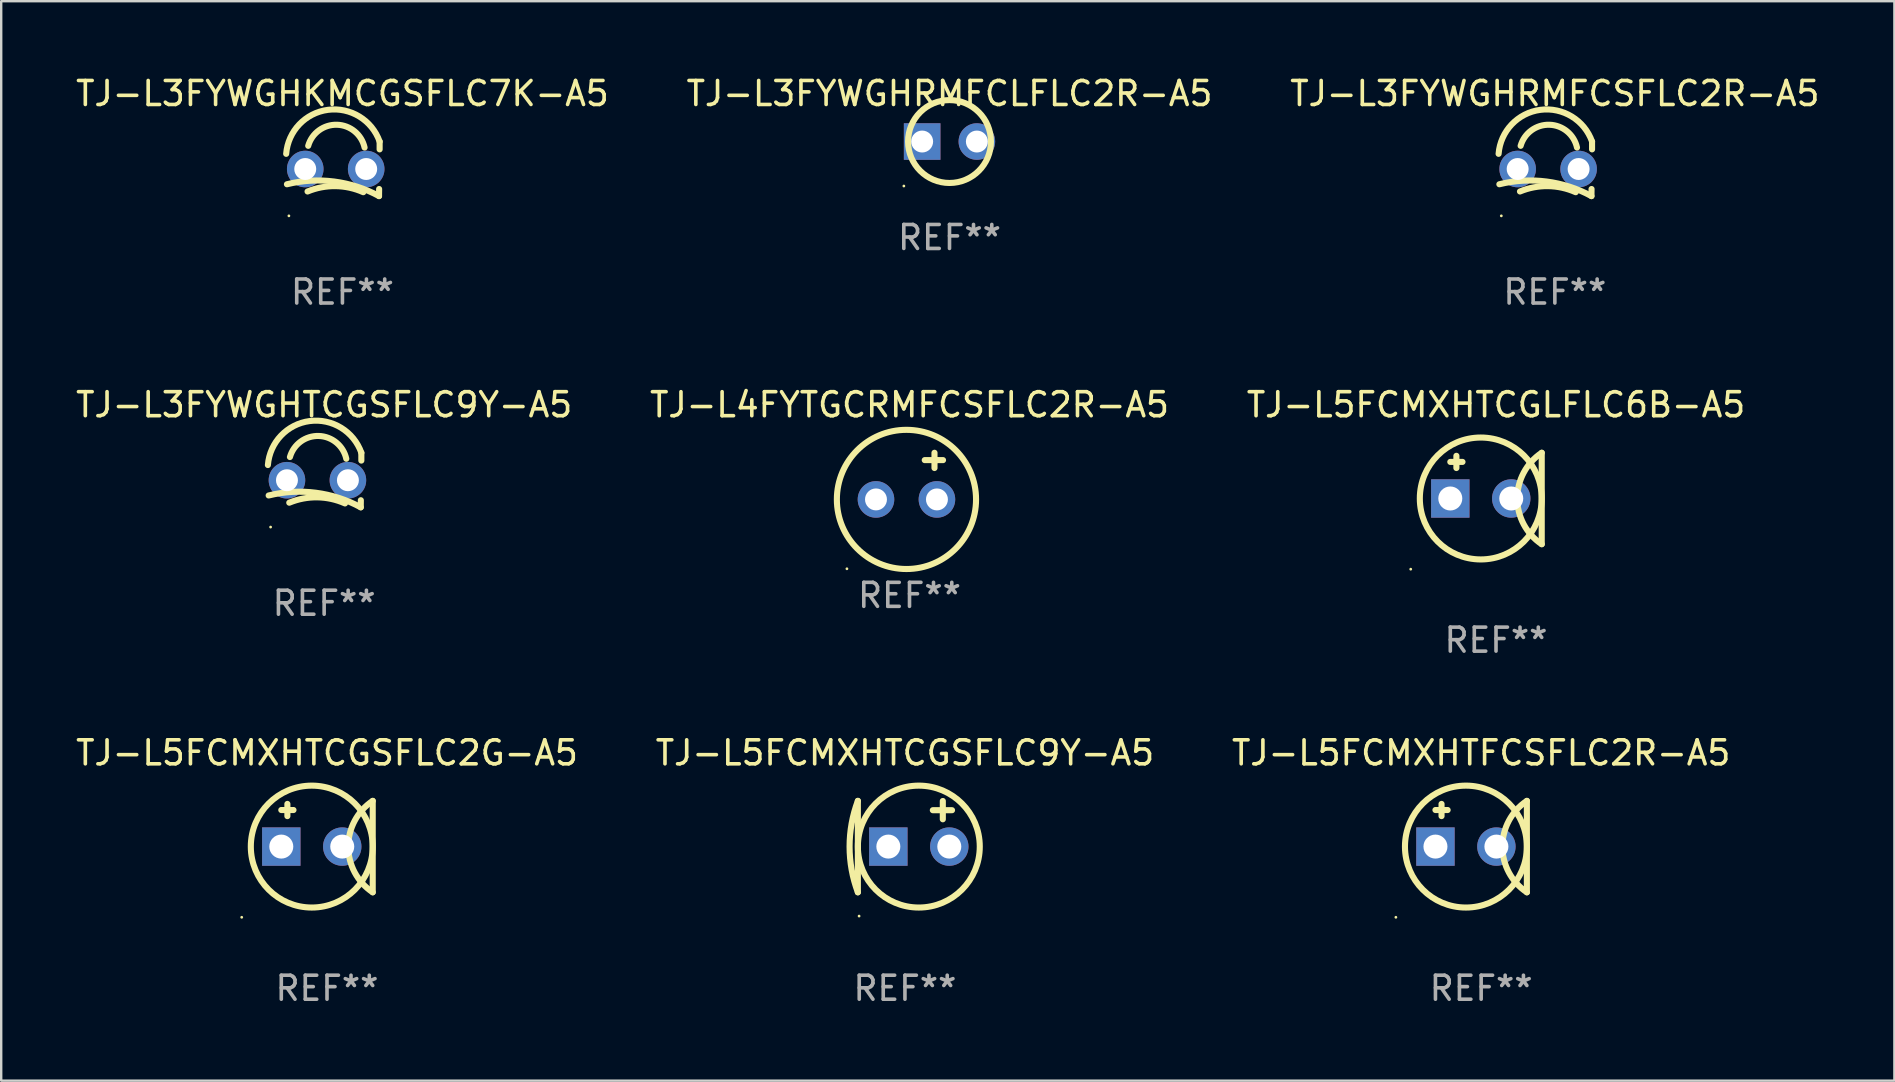
<source format=kicad_pcb>
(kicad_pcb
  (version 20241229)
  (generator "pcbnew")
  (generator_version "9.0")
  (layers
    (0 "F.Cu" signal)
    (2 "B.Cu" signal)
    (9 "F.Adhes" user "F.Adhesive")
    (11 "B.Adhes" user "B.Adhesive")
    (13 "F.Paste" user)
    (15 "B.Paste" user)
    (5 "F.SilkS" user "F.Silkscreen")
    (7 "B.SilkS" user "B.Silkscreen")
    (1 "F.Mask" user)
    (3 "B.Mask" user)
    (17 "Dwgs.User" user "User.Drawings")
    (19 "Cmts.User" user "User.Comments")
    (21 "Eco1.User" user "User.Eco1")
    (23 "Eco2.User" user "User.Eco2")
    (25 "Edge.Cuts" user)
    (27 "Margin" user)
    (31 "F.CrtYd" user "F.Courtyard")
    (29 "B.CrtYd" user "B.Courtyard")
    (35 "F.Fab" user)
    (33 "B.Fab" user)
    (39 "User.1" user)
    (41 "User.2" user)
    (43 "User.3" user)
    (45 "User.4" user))
  (footprint "TJ-L5FCMXHTFCSFLC2R-A5"
    (layer "F.Cu")
    (at 58.673 32.229)
    (property "Reference" "TJ-L5FCMXHTFCSFLC2R-A5" (at 0 -3.905 0) (layer "F.SilkS") (effects (font (size 1 1) (thickness 0.15))))
    (attr through_hole)
    (fp_line (start -1.905 -1.524) (end -1.397 -1.524) (stroke (width 0.254) (type solid)) (layer "F.SilkS"))
    (fp_line (start -1.651 -1.778) (end -1.651 -1.27) (stroke (width 0.254) (type solid)) (layer "F.SilkS"))
    (fp_line (start 1.905 1.905) (end 1.905 -1.905) (stroke (width 0.254) (type solid)) (layer "F.SilkS"))
    (fp_arc (start 1.904999 1.905) (mid 0.885477 0) (end 1.904999 -1.905) (stroke (width 0.254001) (type solid)) (layer "F.SilkS"))
    (fp_circle (center -3.554 2.946) (end -3.524 2.946) (stroke (width 0.06) (type solid)) (fill no) (layer "F.SilkS"))
    (fp_circle (center -0.635 0) (end 1.905 0) (stroke (width 0.254) (type solid)) (fill no) (layer "F.SilkS"))
    (fp_text user "REF**" (at 0 5.905 0) (layer "F.Fab") (effects (font (size 1 1) (thickness 0.15))))
    (pad "1" thru_hole rect (at -1.905 0) (size 1.6 1.6) (drill 1) (layers "*.Cu" "*.Mask"))
    (pad "2" thru_hole circle (at 0.635 0) (size 1.6 1.6) (drill 1) (layers "*.Cu" "*.Mask")))
  (footprint "TJ-L5FCMXHTCGSFLC9Y-A5"
    (layer "F.Cu")
    (at 34.661 32.229)
    (property "Reference" "TJ-L5FCMXHTCGSFLC9Y-A5" (at 0 -3.905 0) (layer "F.SilkS") (effects (font (size 1 1) (thickness 0.15))))
    (attr through_hole)
    (fp_line (start -1.962 -1.905) (end -1.962 1.905) (stroke (width 0.254) (type solid)) (layer "F.SilkS"))
    (fp_line (start 1.578 -1.138) (end 1.578 -1.9) (stroke (width 0.254) (type solid)) (layer "F.SilkS"))
    (fp_line (start 1.962 -1.516) (end 1.162 -1.516) (stroke (width 0.254) (type solid)) (layer "F.SilkS"))
    (fp_arc (start -1.961996 1.905) (mid -2.307438 0) (end -1.961996 -1.905) (stroke (width 0.254001) (type solid)) (layer "F.SilkS"))
    (fp_circle (center -1.911 2.896) (end -1.881 2.896) (stroke (width 0.06) (type solid)) (fill no) (layer "F.SilkS"))
    (fp_circle (center 0.578 0) (end 3.118 0) (stroke (width 0.254) (type solid)) (fill no) (layer "F.SilkS"))
    (fp_text user "REF**" (at 0 5.905 0) (layer "F.Fab") (effects (font (size 1 1) (thickness 0.15))))
    (pad "1" thru_hole rect (at -0.692 0 180) (size 1.6 1.6) (drill 1) (layers "*.Cu" "*.Mask"))
    (pad "2" thru_hole circle (at 1.848 0) (size 1.6 1.6) (drill 1) (layers "*.Cu" "*.Mask")))
  (footprint "TJ-L4FYTGCRMFCSFLC2R-A5"
    (layer "F.Cu")
    (at 34.851 16.79)
    (property "Reference" "TJ-L4FYTGCRMFCSFLC2R-A5" (at 0 -2.972 0) (layer "F.SilkS") (effects (font (size 1 1) (thickness 0.15))))
    (attr through_hole)
    (fp_line (start 0.635 -0.666) (end 1.143 -0.666) (stroke (width 0.254) (type solid)) (layer "F.SilkS"))
    (fp_line (start 1.041 -0.972) (end 1.041 -0.337) (stroke (width 0.254) (type solid)) (layer "F.SilkS"))
    (fp_line (start 1.143 -0.666) (end 1.397 -0.666) (stroke (width 0.254) (type solid)) (layer "F.SilkS"))
    (fp_circle (center -2.608 3.862) (end -2.578 3.862) (stroke (width 0.06) (type solid)) (fill no) (layer "F.SilkS"))
    (fp_circle (center -0.127 0.972) (end 2.773 0.972) (stroke (width 0.254) (type solid)) (fill no) (layer "F.SilkS"))
    (fp_text user "REF**" (at 0 4.972 0) (layer "F.Fab") (effects (font (size 1 1) (thickness 0.15))))
    (pad "1" thru_hole circle (at -1.397 0.972) (size 1.524 1.524) (drill 0.914) (layers "*.Cu" "*.Mask"))
    (pad "2" thru_hole circle (at 1.143 0.972) (size 1.524 1.524) (drill 0.914) (layers "*.Cu" "*.Mask")))
  (footprint "TJ-L3FYWGHRMFCLFLC2R-A5"
    (layer "F.Cu")
    (at 36.518 2.848)
    (property "Reference" "TJ-L3FYWGHRMFCLFLC2R-A5" (at 0 -2 0) (layer "F.SilkS") (effects (font (size 1 1) (thickness 0.15))))
    (attr through_hole)
    (fp_circle (center -1.902 1.854) (end -1.872 1.854) (stroke (width 0.06) (type solid)) (fill no) (layer "F.SilkS"))
    (fp_circle (center 0 0) (end 1.727 0) (stroke (width 0.254) (type solid)) (fill no) (layer "F.SilkS"))
    (fp_text user "REF**" (at 0 4 0) (layer "F.Fab") (effects (font (size 1 1) (thickness 0.15))))
    (pad "1" thru_hole rect (at -1.14 0) (size 1.524 1.524) (drill 0.914) (layers "*.Cu" "*.Mask"))
    (pad "2" thru_hole circle (at 1.14 0) (size 1.524 1.524) (drill 0.914) (layers "*.Cu" "*.Mask")))
  (footprint "TJ-L3FYWGHKMCGSFLC7K-A5"
    (layer "F.Cu")
    (at 11.22 3.985)
    (property "Reference" "TJ-L3FYWGHKMCGSFLC7K-A5" (at 0 -3.137 0) (layer "F.SilkS") (effects (font (size 1 1) (thickness 0.15))))
    (attr through_hole)
    (fp_line (start 1.529 0.842) (end 1.525 1.137) (stroke (width 0.254) (type solid)) (layer "F.SilkS"))
    (fp_line (start 1.55 -1.137) (end 1.55 -0.811) (stroke (width 0.254) (type solid)) (layer "F.SilkS"))
    (fp_arc (start -2.344336 -0.624664) (mid -0.604362 -2.457931) (end 1.550229 -1.136525) (stroke (width 0.254001) (type solid)) (layer "F.SilkS"))
    (fp_arc (start -2.31223 0.643358) (mid -0.347208 0.529557) (end 1.525184 1.136526) (stroke (width 0.254001) (type solid)) (layer "F.SilkS"))
    (fp_arc (start -1.45348 0.944425) (mid -0.289454 0.72139) (end 0.868415 0.974448) (stroke (width 0.254001) (type solid)) (layer "F.SilkS"))
    (fp_arc (start -1.426174 -0.958548) (mid -0.223791 -1.836179) (end 0.922695 -0.88669) (stroke (width 0.254001) (type solid)) (layer "F.SilkS"))
    (fp_circle (center -2.231 1.96) (end -2.201 1.96) (stroke (width 0.06) (type solid)) (fill no) (layer "F.SilkS"))
    (fp_text user "REF**" (at 0 5.137 0) (layer "F.Fab") (effects (font (size 1 1) (thickness 0.15))))
    (pad "1" thru_hole circle (at -1.55 0.008) (size 1.524 1.524) (drill 0.914) (layers "*.Cu" "*.Mask"))
    (pad "2" thru_hole circle (at 0.99 0.008) (size 1.524 1.524) (drill 0.914) (layers "*.Cu" "*.Mask")))
  (footprint "TJ-L3FYWGHTCGSFLC9Y-A5"
    (layer "F.Cu")
    (at 10.458 16.954)
    (property "Reference" "TJ-L3FYWGHTCGSFLC9Y-A5" (at 0 -3.137 0) (layer "F.SilkS") (effects (font (size 1 1) (thickness 0.15))))
    (attr through_hole)
    (fp_line (start 1.529 0.842) (end 1.525 1.137) (stroke (width 0.254) (type solid)) (layer "F.SilkS"))
    (fp_line (start 1.55 -1.137) (end 1.55 -0.811) (stroke (width 0.254) (type solid)) (layer "F.SilkS"))
    (fp_arc (start -2.344336 -0.624664) (mid -0.604362 -2.457931) (end 1.550229 -1.136525) (stroke (width 0.254001) (type solid)) (layer "F.SilkS"))
    (fp_arc (start -2.31223 0.643358) (mid -0.347208 0.529557) (end 1.525184 1.136526) (stroke (width 0.254001) (type solid)) (layer "F.SilkS"))
    (fp_arc (start -1.45348 0.944425) (mid -0.289454 0.72139) (end 0.868415 0.974448) (stroke (width 0.254001) (type solid)) (layer "F.SilkS"))
    (fp_arc (start -1.426174 -0.958548) (mid -0.223791 -1.836179) (end 0.922695 -0.88669) (stroke (width 0.254001) (type solid)) (layer "F.SilkS"))
    (fp_circle (center -2.231 1.96) (end -2.201 1.96) (stroke (width 0.06) (type solid)) (fill no) (layer "F.SilkS"))
    (fp_text user "REF**" (at 0 5.137 0) (layer "F.Fab") (effects (font (size 1 1) (thickness 0.15))))
    (pad "1" thru_hole circle (at -1.55 0.008) (size 1.524 1.524) (drill 0.914) (layers "*.Cu" "*.Mask"))
    (pad "2" thru_hole circle (at 0.99 0.008) (size 1.524 1.524) (drill 0.914) (layers "*.Cu" "*.Mask")))
  (footprint "TJ-L5FCMXHTCGLFLC6B-A5"
    (layer "F.Cu")
    (at 59.292 17.723)
    (property "Reference" "TJ-L5FCMXHTCGLFLC6B-A5" (at 0 -3.905 0) (layer "F.SilkS") (effects (font (size 1 1) (thickness 0.15))))
    (attr through_hole)
    (fp_line (start -1.905 -1.524) (end -1.397 -1.524) (stroke (width 0.254) (type solid)) (layer "F.SilkS"))
    (fp_line (start -1.651 -1.778) (end -1.651 -1.27) (stroke (width 0.254) (type solid)) (layer "F.SilkS"))
    (fp_line (start 1.905 1.905) (end 1.905 -1.905) (stroke (width 0.254) (type solid)) (layer "F.SilkS"))
    (fp_arc (start 1.904999 1.905) (mid 0.885477 0) (end 1.904999 -1.905) (stroke (width 0.254001) (type solid)) (layer "F.SilkS"))
    (fp_circle (center -3.554 2.946) (end -3.524 2.946) (stroke (width 0.06) (type solid)) (fill no) (layer "F.SilkS"))
    (fp_circle (center -0.635 0) (end 1.905 0) (stroke (width 0.254) (type solid)) (fill no) (layer "F.SilkS"))
    (fp_text user "REF**" (at 0 5.905 0) (layer "F.Fab") (effects (font (size 1 1) (thickness 0.15))))
    (pad "1" thru_hole rect (at -1.905 0) (size 1.6 1.6) (drill 1) (layers "*.Cu" "*.Mask"))
    (pad "2" thru_hole circle (at 0.635 0) (size 1.6 1.6) (drill 1) (layers "*.Cu" "*.Mask")))
  (footprint "TJ-L3FYWGHRMFCSFLC2R-A5"
    (layer "F.Cu")
    (at 61.744 3.985)
    (property "Reference" "TJ-L3FYWGHRMFCSFLC2R-A5" (at 0 -3.137 0) (layer "F.SilkS") (effects (font (size 1 1) (thickness 0.15))))
    (attr through_hole)
    (fp_line (start 1.529 0.842) (end 1.525 1.137) (stroke (width 0.254) (type solid)) (layer "F.SilkS"))
    (fp_line (start 1.55 -1.137) (end 1.55 -0.811) (stroke (width 0.254) (type solid)) (layer "F.SilkS"))
    (fp_arc (start -2.344336 -0.624664) (mid -0.604362 -2.457931) (end 1.550229 -1.136525) (stroke (width 0.254001) (type solid)) (layer "F.SilkS"))
    (fp_arc (start -2.31223 0.643358) (mid -0.347208 0.529557) (end 1.525184 1.136526) (stroke (width 0.254001) (type solid)) (layer "F.SilkS"))
    (fp_arc (start -1.45348 0.944425) (mid -0.289454 0.72139) (end 0.868415 0.974448) (stroke (width 0.254001) (type solid)) (layer "F.SilkS"))
    (fp_arc (start -1.426174 -0.958548) (mid -0.223791 -1.836179) (end 0.922695 -0.88669) (stroke (width 0.254001) (type solid)) (layer "F.SilkS"))
    (fp_circle (center -2.231 1.96) (end -2.201 1.96) (stroke (width 0.06) (type solid)) (fill no) (layer "F.SilkS"))
    (fp_text user "REF**" (at 0 5.137 0) (layer "F.Fab") (effects (font (size 1 1) (thickness 0.15))))
    (pad "1" thru_hole circle (at -1.55 0.008) (size 1.524 1.524) (drill 0.914) (layers "*.Cu" "*.Mask"))
    (pad "2" thru_hole circle (at 0.99 0.008) (size 1.524 1.524) (drill 0.914) (layers "*.Cu" "*.Mask")))
  (footprint "TJ-L5FCMXHTCGSFLC2G-A5"
    (layer "F.Cu")
    (at 10.577 32.229)
    (property "Reference" "TJ-L5FCMXHTCGSFLC2G-A5" (at 0 -3.905 0) (layer "F.SilkS") (effects (font (size 1 1) (thickness 0.15))))
    (attr through_hole)
    (fp_line (start -1.905 -1.524) (end -1.397 -1.524) (stroke (width 0.254) (type solid)) (layer "F.SilkS"))
    (fp_line (start -1.651 -1.778) (end -1.651 -1.27) (stroke (width 0.254) (type solid)) (layer "F.SilkS"))
    (fp_line (start 1.905 1.905) (end 1.905 -1.905) (stroke (width 0.254) (type solid)) (layer "F.SilkS"))
    (fp_arc (start 1.904999 1.905) (mid 0.885477 0) (end 1.904999 -1.905) (stroke (width 0.254001) (type solid)) (layer "F.SilkS"))
    (fp_circle (center -3.554 2.946) (end -3.524 2.946) (stroke (width 0.06) (type solid)) (fill no) (layer "F.SilkS"))
    (fp_circle (center -0.635 0) (end 1.905 0) (stroke (width 0.254) (type solid)) (fill no) (layer "F.SilkS"))
    (fp_text user "REF**" (at 0 5.905 0) (layer "F.Fab") (effects (font (size 1 1) (thickness 0.15))))
    (pad "1" thru_hole rect (at -1.905 0) (size 1.6 1.6) (drill 1) (layers "*.Cu" "*.Mask"))
    (pad "2" thru_hole circle (at 0.635 0) (size 1.6 1.6) (drill 1) (layers "*.Cu" "*.Mask")))
  (gr_rect
    (start -3 -3)
    (end 75.893 41.983)
    (stroke (width 0.1) (type default))
    (fill no)
    (layer "Edge.Cuts")))
</source>
